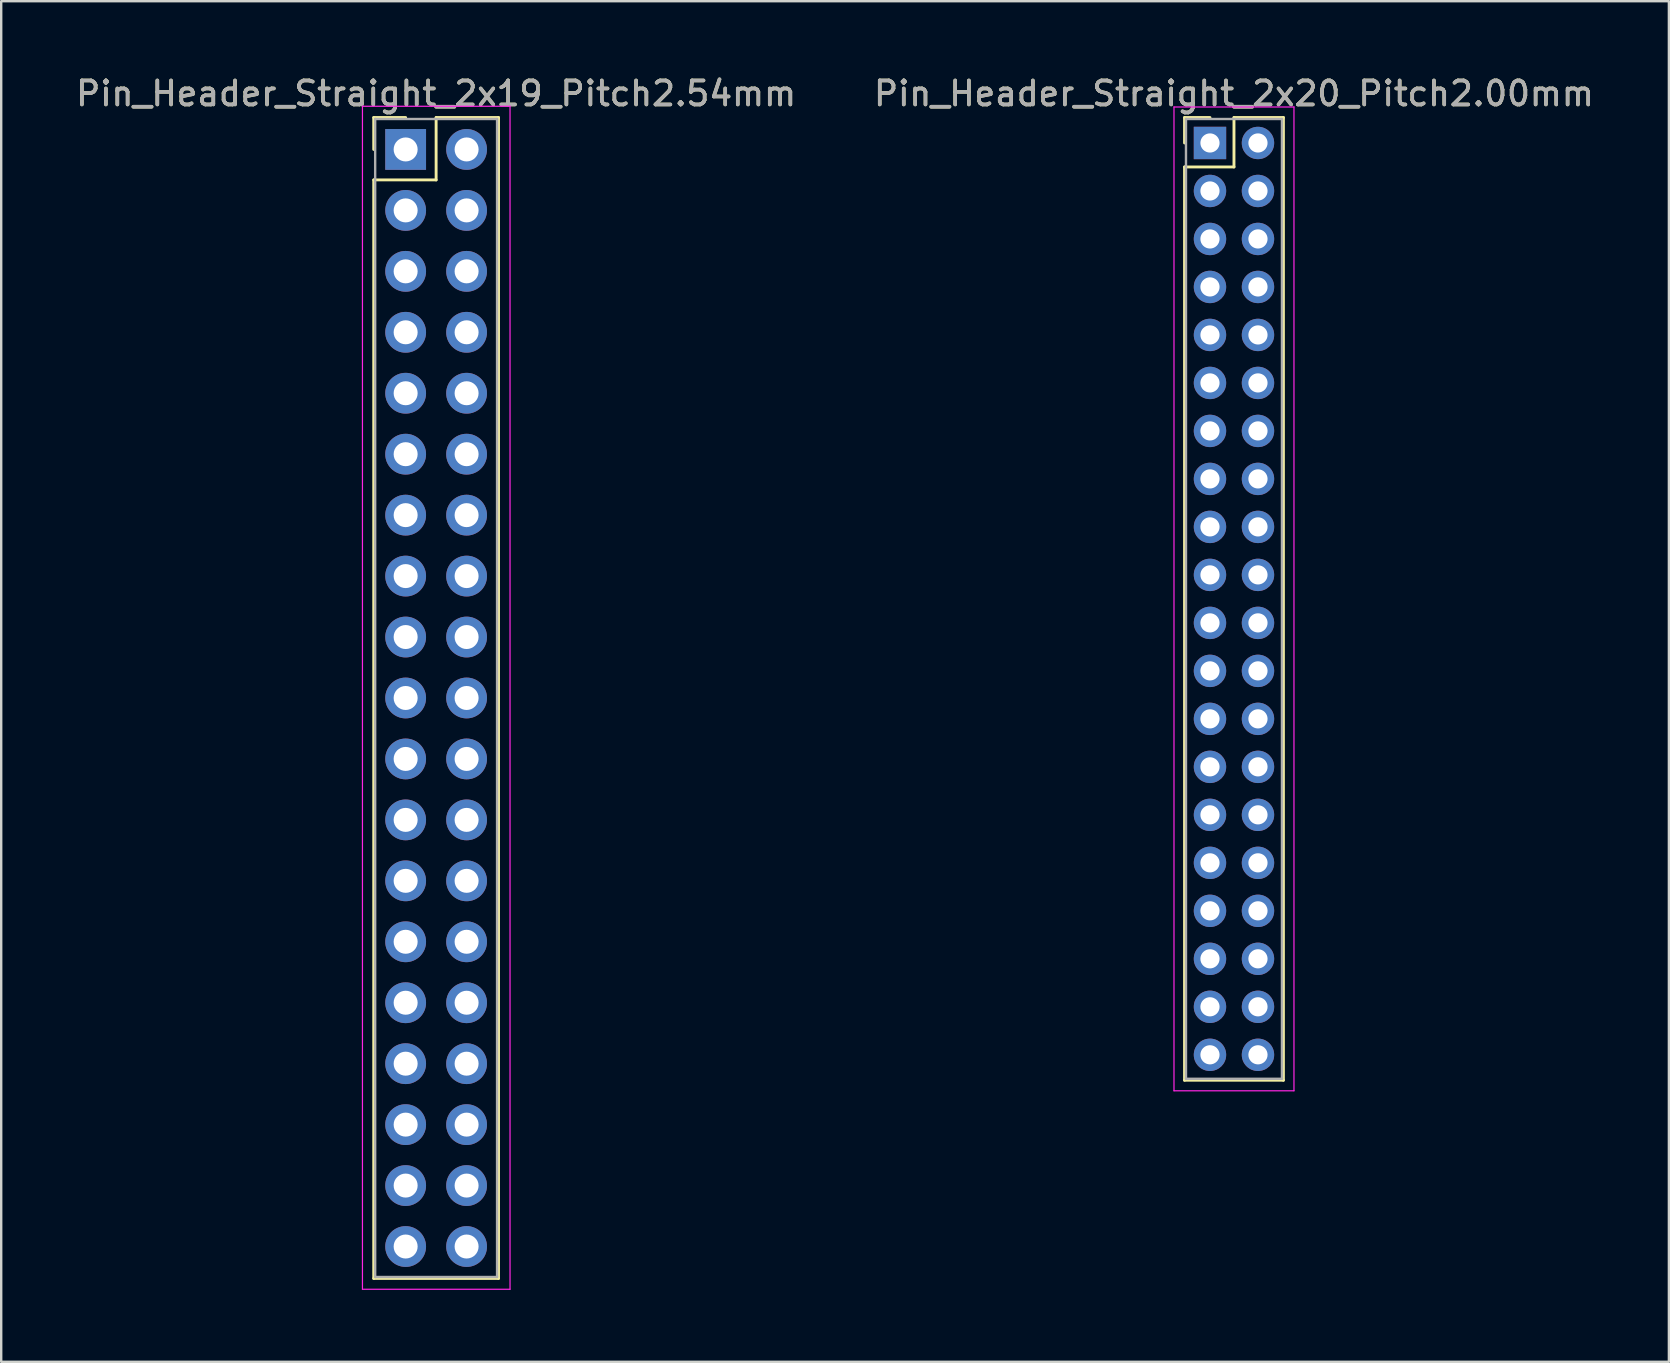
<source format=kicad_pcb>
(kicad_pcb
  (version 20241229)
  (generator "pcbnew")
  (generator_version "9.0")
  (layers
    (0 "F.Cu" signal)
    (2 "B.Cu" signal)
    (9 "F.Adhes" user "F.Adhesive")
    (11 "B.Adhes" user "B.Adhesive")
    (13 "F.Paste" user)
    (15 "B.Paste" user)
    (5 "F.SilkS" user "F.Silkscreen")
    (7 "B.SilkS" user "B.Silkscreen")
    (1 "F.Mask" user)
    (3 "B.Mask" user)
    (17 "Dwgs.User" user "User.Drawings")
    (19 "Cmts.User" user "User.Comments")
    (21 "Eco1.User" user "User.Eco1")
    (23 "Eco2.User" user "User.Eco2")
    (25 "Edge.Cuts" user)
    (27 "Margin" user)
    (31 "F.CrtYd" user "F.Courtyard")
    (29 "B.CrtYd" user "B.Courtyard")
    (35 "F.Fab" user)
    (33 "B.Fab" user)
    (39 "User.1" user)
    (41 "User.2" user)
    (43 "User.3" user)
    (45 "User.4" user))
  (footprint "Pin_Header_Straight_2x20_Pitch2.00mm"
    (layer "F.Cu")
    (at 47.375 2.908)
    (property "Reference" "Pin_Header_Straight_2x20_Pitch2.00mm" (at 1 -2.06 0) (layer "F.SilkS") (effects (font (size 1 1) (thickness 0.15))))
    (attr through_hole)
    (fp_line (start -1.06 -1.06) (end 0 -1.06) (stroke (width 0.12) (type solid)) (layer "F.SilkS"))
    (fp_line (start -1.06 0) (end -1.06 -1.06) (stroke (width 0.12) (type solid)) (layer "F.SilkS"))
    (fp_line (start -1.06 1) (end -1.06 39.06) (stroke (width 0.12) (type solid)) (layer "F.SilkS"))
    (fp_line (start -1.06 39.06) (end 3.06 39.06) (stroke (width 0.12) (type solid)) (layer "F.SilkS"))
    (fp_line (start 1 -1.06) (end 1 1) (stroke (width 0.12) (type solid)) (layer "F.SilkS"))
    (fp_line (start 1 1) (end -1.06 1) (stroke (width 0.12) (type solid)) (layer "F.SilkS"))
    (fp_line (start 3.06 -1.06) (end 1 -1.06) (stroke (width 0.12) (type solid)) (layer "F.SilkS"))
    (fp_line (start 3.06 39.06) (end 3.06 -1.06) (stroke (width 0.12) (type solid)) (layer "F.SilkS"))
    (fp_line (start -1.5 -1.5) (end -1.5 39.5) (stroke (width 0.05) (type solid)) (layer "F.CrtYd"))
    (fp_line (start -1.5 39.5) (end 3.5 39.5) (stroke (width 0.05) (type solid)) (layer "F.CrtYd"))
    (fp_line (start 3.5 -1.5) (end -1.5 -1.5) (stroke (width 0.05) (type solid)) (layer "F.CrtYd"))
    (fp_line (start 3.5 39.5) (end 3.5 -1.5) (stroke (width 0.05) (type solid)) (layer "F.CrtYd"))
    (fp_line (start -1 -1) (end -1 39) (stroke (width 0.1) (type solid)) (layer "F.Fab"))
    (fp_line (start -1 39) (end 3 39) (stroke (width 0.1) (type solid)) (layer "F.Fab"))
    (fp_line (start 3 -1) (end -1 -1) (stroke (width 0.1) (type solid)) (layer "F.Fab"))
    (fp_line (start 3 39) (end 3 -1) (stroke (width 0.1) (type solid)) (layer "F.Fab"))
    (fp_text user "${REFERENCE}" (at 1 -2.06 0) (layer "F.Fab") (effects (font (size 1 1) (thickness 0.15))))
    (pad "1" thru_hole rect (at 0 0) (size 1.35 1.35) (drill 0.8) (layers "*.Cu" "*.Mask"))
    (pad "2" thru_hole oval (at 2 0) (size 1.35 1.35) (drill 0.8) (layers "*.Cu" "*.Mask"))
    (pad "3" thru_hole oval (at 0 2) (size 1.35 1.35) (drill 0.8) (layers "*.Cu" "*.Mask"))
    (pad "4" thru_hole oval (at 2 2) (size 1.35 1.35) (drill 0.8) (layers "*.Cu" "*.Mask"))
    (pad "5" thru_hole oval (at 0 4) (size 1.35 1.35) (drill 0.8) (layers "*.Cu" "*.Mask"))
    (pad "6" thru_hole oval (at 2 4) (size 1.35 1.35) (drill 0.8) (layers "*.Cu" "*.Mask"))
    (pad "7" thru_hole oval (at 0 6) (size 1.35 1.35) (drill 0.8) (layers "*.Cu" "*.Mask"))
    (pad "8" thru_hole oval (at 2 6) (size 1.35 1.35) (drill 0.8) (layers "*.Cu" "*.Mask"))
    (pad "9" thru_hole oval (at 0 8) (size 1.35 1.35) (drill 0.8) (layers "*.Cu" "*.Mask"))
    (pad "10" thru_hole oval (at 2 8) (size 1.35 1.35) (drill 0.8) (layers "*.Cu" "*.Mask"))
    (pad "11" thru_hole oval (at 0 10) (size 1.35 1.35) (drill 0.8) (layers "*.Cu" "*.Mask"))
    (pad "12" thru_hole oval (at 2 10) (size 1.35 1.35) (drill 0.8) (layers "*.Cu" "*.Mask"))
    (pad "13" thru_hole oval (at 0 12) (size 1.35 1.35) (drill 0.8) (layers "*.Cu" "*.Mask"))
    (pad "14" thru_hole oval (at 2 12) (size 1.35 1.35) (drill 0.8) (layers "*.Cu" "*.Mask"))
    (pad "15" thru_hole oval (at 0 14) (size 1.35 1.35) (drill 0.8) (layers "*.Cu" "*.Mask"))
    (pad "16" thru_hole oval (at 2 14) (size 1.35 1.35) (drill 0.8) (layers "*.Cu" "*.Mask"))
    (pad "17" thru_hole oval (at 0 16) (size 1.35 1.35) (drill 0.8) (layers "*.Cu" "*.Mask"))
    (pad "18" thru_hole oval (at 2 16) (size 1.35 1.35) (drill 0.8) (layers "*.Cu" "*.Mask"))
    (pad "19" thru_hole oval (at 0 18) (size 1.35 1.35) (drill 0.8) (layers "*.Cu" "*.Mask"))
    (pad "20" thru_hole oval (at 2 18) (size 1.35 1.35) (drill 0.8) (layers "*.Cu" "*.Mask"))
    (pad "21" thru_hole oval (at 0 20) (size 1.35 1.35) (drill 0.8) (layers "*.Cu" "*.Mask"))
    (pad "22" thru_hole oval (at 2 20) (size 1.35 1.35) (drill 0.8) (layers "*.Cu" "*.Mask"))
    (pad "23" thru_hole oval (at 0 22) (size 1.35 1.35) (drill 0.8) (layers "*.Cu" "*.Mask"))
    (pad "24" thru_hole oval (at 2 22) (size 1.35 1.35) (drill 0.8) (layers "*.Cu" "*.Mask"))
    (pad "25" thru_hole oval (at 0 24) (size 1.35 1.35) (drill 0.8) (layers "*.Cu" "*.Mask"))
    (pad "26" thru_hole oval (at 2 24) (size 1.35 1.35) (drill 0.8) (layers "*.Cu" "*.Mask"))
    (pad "27" thru_hole oval (at 0 26) (size 1.35 1.35) (drill 0.8) (layers "*.Cu" "*.Mask"))
    (pad "28" thru_hole oval (at 2 26) (size 1.35 1.35) (drill 0.8) (layers "*.Cu" "*.Mask"))
    (pad "29" thru_hole oval (at 0 28) (size 1.35 1.35) (drill 0.8) (layers "*.Cu" "*.Mask"))
    (pad "30" thru_hole oval (at 2 28) (size 1.35 1.35) (drill 0.8) (layers "*.Cu" "*.Mask"))
    (pad "31" thru_hole oval (at 0 30) (size 1.35 1.35) (drill 0.8) (layers "*.Cu" "*.Mask"))
    (pad "32" thru_hole oval (at 2 30) (size 1.35 1.35) (drill 0.8) (layers "*.Cu" "*.Mask"))
    (pad "33" thru_hole oval (at 0 32) (size 1.35 1.35) (drill 0.8) (layers "*.Cu" "*.Mask"))
    (pad "34" thru_hole oval (at 2 32) (size 1.35 1.35) (drill 0.8) (layers "*.Cu" "*.Mask"))
    (pad "35" thru_hole oval (at 0 34) (size 1.35 1.35) (drill 0.8) (layers "*.Cu" "*.Mask"))
    (pad "36" thru_hole oval (at 2 34) (size 1.35 1.35) (drill 0.8) (layers "*.Cu" "*.Mask"))
    (pad "37" thru_hole oval (at 0 36) (size 1.35 1.35) (drill 0.8) (layers "*.Cu" "*.Mask"))
    (pad "38" thru_hole oval (at 2 36) (size 1.35 1.35) (drill 0.8) (layers "*.Cu" "*.Mask"))
    (pad "39" thru_hole oval (at 0 38) (size 1.35 1.35) (drill 0.8) (layers "*.Cu" "*.Mask"))
    (pad "40" thru_hole oval (at 2 38) (size 1.35 1.35) (drill 0.8) (layers "*.Cu" "*.Mask")))
  (footprint "Pin_Header_Straight_2x19_Pitch2.54mm"
    (layer "F.Cu")
    (at 13.855 3.178)
    (property "Reference" "Pin_Header_Straight_2x19_Pitch2.54mm" (at 1.27 -2.33 0) (layer "F.SilkS") (effects (font (size 1 1) (thickness 0.15))))
    (attr through_hole)
    (fp_line (start -1.33 -1.33) (end 0 -1.33) (stroke (width 0.12) (type solid)) (layer "F.SilkS"))
    (fp_line (start -1.33 0) (end -1.33 -1.33) (stroke (width 0.12) (type solid)) (layer "F.SilkS"))
    (fp_line (start -1.33 1.27) (end -1.33 47.05) (stroke (width 0.12) (type solid)) (layer "F.SilkS"))
    (fp_line (start -1.33 47.05) (end 3.87 47.05) (stroke (width 0.12) (type solid)) (layer "F.SilkS"))
    (fp_line (start 1.27 -1.33) (end 1.27 1.27) (stroke (width 0.12) (type solid)) (layer "F.SilkS"))
    (fp_line (start 1.27 1.27) (end -1.33 1.27) (stroke (width 0.12) (type solid)) (layer "F.SilkS"))
    (fp_line (start 3.87 -1.33) (end 1.27 -1.33) (stroke (width 0.12) (type solid)) (layer "F.SilkS"))
    (fp_line (start 3.87 47.05) (end 3.87 -1.33) (stroke (width 0.12) (type solid)) (layer "F.SilkS"))
    (fp_line (start -1.8 -1.8) (end -1.8 47.5) (stroke (width 0.05) (type solid)) (layer "F.CrtYd"))
    (fp_line (start -1.8 47.5) (end 4.35 47.5) (stroke (width 0.05) (type solid)) (layer "F.CrtYd"))
    (fp_line (start 4.35 -1.8) (end -1.8 -1.8) (stroke (width 0.05) (type solid)) (layer "F.CrtYd"))
    (fp_line (start 4.35 47.5) (end 4.35 -1.8) (stroke (width 0.05) (type solid)) (layer "F.CrtYd"))
    (fp_line (start -1.27 -1.27) (end -1.27 46.99) (stroke (width 0.1) (type solid)) (layer "F.Fab"))
    (fp_line (start -1.27 46.99) (end 3.81 46.99) (stroke (width 0.1) (type solid)) (layer "F.Fab"))
    (fp_line (start 3.81 -1.27) (end -1.27 -1.27) (stroke (width 0.1) (type solid)) (layer "F.Fab"))
    (fp_line (start 3.81 46.99) (end 3.81 -1.27) (stroke (width 0.1) (type solid)) (layer "F.Fab"))
    (fp_text user "${REFERENCE}" (at 1.27 -2.33 0) (layer "F.Fab") (effects (font (size 1 1) (thickness 0.15))))
    (pad "1" thru_hole rect (at 0 0) (size 1.7 1.7) (drill 1) (layers "*.Cu" "*.Mask"))
    (pad "2" thru_hole oval (at 2.54 0) (size 1.7 1.7) (drill 1) (layers "*.Cu" "*.Mask"))
    (pad "3" thru_hole oval (at 0 2.54) (size 1.7 1.7) (drill 1) (layers "*.Cu" "*.Mask"))
    (pad "4" thru_hole oval (at 2.54 2.54) (size 1.7 1.7) (drill 1) (layers "*.Cu" "*.Mask"))
    (pad "5" thru_hole oval (at 0 5.08) (size 1.7 1.7) (drill 1) (layers "*.Cu" "*.Mask"))
    (pad "6" thru_hole oval (at 2.54 5.08) (size 1.7 1.7) (drill 1) (layers "*.Cu" "*.Mask"))
    (pad "7" thru_hole oval (at 0 7.62) (size 1.7 1.7) (drill 1) (layers "*.Cu" "*.Mask"))
    (pad "8" thru_hole oval (at 2.54 7.62) (size 1.7 1.7) (drill 1) (layers "*.Cu" "*.Mask"))
    (pad "9" thru_hole oval (at 0 10.16) (size 1.7 1.7) (drill 1) (layers "*.Cu" "*.Mask"))
    (pad "10" thru_hole oval (at 2.54 10.16) (size 1.7 1.7) (drill 1) (layers "*.Cu" "*.Mask"))
    (pad "11" thru_hole oval (at 0 12.7) (size 1.7 1.7) (drill 1) (layers "*.Cu" "*.Mask"))
    (pad "12" thru_hole oval (at 2.54 12.7) (size 1.7 1.7) (drill 1) (layers "*.Cu" "*.Mask"))
    (pad "13" thru_hole oval (at 0 15.24) (size 1.7 1.7) (drill 1) (layers "*.Cu" "*.Mask"))
    (pad "14" thru_hole oval (at 2.54 15.24) (size 1.7 1.7) (drill 1) (layers "*.Cu" "*.Mask"))
    (pad "15" thru_hole oval (at 0 17.78) (size 1.7 1.7) (drill 1) (layers "*.Cu" "*.Mask"))
    (pad "16" thru_hole oval (at 2.54 17.78) (size 1.7 1.7) (drill 1) (layers "*.Cu" "*.Mask"))
    (pad "17" thru_hole oval (at 0 20.32) (size 1.7 1.7) (drill 1) (layers "*.Cu" "*.Mask"))
    (pad "18" thru_hole oval (at 2.54 20.32) (size 1.7 1.7) (drill 1) (layers "*.Cu" "*.Mask"))
    (pad "19" thru_hole oval (at 0 22.86) (size 1.7 1.7) (drill 1) (layers "*.Cu" "*.Mask"))
    (pad "20" thru_hole oval (at 2.54 22.86) (size 1.7 1.7) (drill 1) (layers "*.Cu" "*.Mask"))
    (pad "21" thru_hole oval (at 0 25.4) (size 1.7 1.7) (drill 1) (layers "*.Cu" "*.Mask"))
    (pad "22" thru_hole oval (at 2.54 25.4) (size 1.7 1.7) (drill 1) (layers "*.Cu" "*.Mask"))
    (pad "23" thru_hole oval (at 0 27.94) (size 1.7 1.7) (drill 1) (layers "*.Cu" "*.Mask"))
    (pad "24" thru_hole oval (at 2.54 27.94) (size 1.7 1.7) (drill 1) (layers "*.Cu" "*.Mask"))
    (pad "25" thru_hole oval (at 0 30.48) (size 1.7 1.7) (drill 1) (layers "*.Cu" "*.Mask"))
    (pad "26" thru_hole oval (at 2.54 30.48) (size 1.7 1.7) (drill 1) (layers "*.Cu" "*.Mask"))
    (pad "27" thru_hole oval (at 0 33.02) (size 1.7 1.7) (drill 1) (layers "*.Cu" "*.Mask"))
    (pad "28" thru_hole oval (at 2.54 33.02) (size 1.7 1.7) (drill 1) (layers "*.Cu" "*.Mask"))
    (pad "29" thru_hole oval (at 0 35.56) (size 1.7 1.7) (drill 1) (layers "*.Cu" "*.Mask"))
    (pad "30" thru_hole oval (at 2.54 35.56) (size 1.7 1.7) (drill 1) (layers "*.Cu" "*.Mask"))
    (pad "31" thru_hole oval (at 0 38.1) (size 1.7 1.7) (drill 1) (layers "*.Cu" "*.Mask"))
    (pad "32" thru_hole oval (at 2.54 38.1) (size 1.7 1.7) (drill 1) (layers "*.Cu" "*.Mask"))
    (pad "33" thru_hole oval (at 0 40.64) (size 1.7 1.7) (drill 1) (layers "*.Cu" "*.Mask"))
    (pad "34" thru_hole oval (at 2.54 40.64) (size 1.7 1.7) (drill 1) (layers "*.Cu" "*.Mask"))
    (pad "35" thru_hole oval (at 0 43.18) (size 1.7 1.7) (drill 1) (layers "*.Cu" "*.Mask"))
    (pad "36" thru_hole oval (at 2.54 43.18) (size 1.7 1.7) (drill 1) (layers "*.Cu" "*.Mask"))
    (pad "37" thru_hole oval (at 0 45.72) (size 1.7 1.7) (drill 1) (layers "*.Cu" "*.Mask"))
    (pad "38" thru_hole oval (at 2.54 45.72) (size 1.7 1.7) (drill 1) (layers "*.Cu" "*.Mask")))
  (gr_rect
    (start -3 -3)
    (end 66.5 53.703)
    (stroke (width 0.1) (type default))
    (fill no)
    (layer "Edge.Cuts")))
</source>
